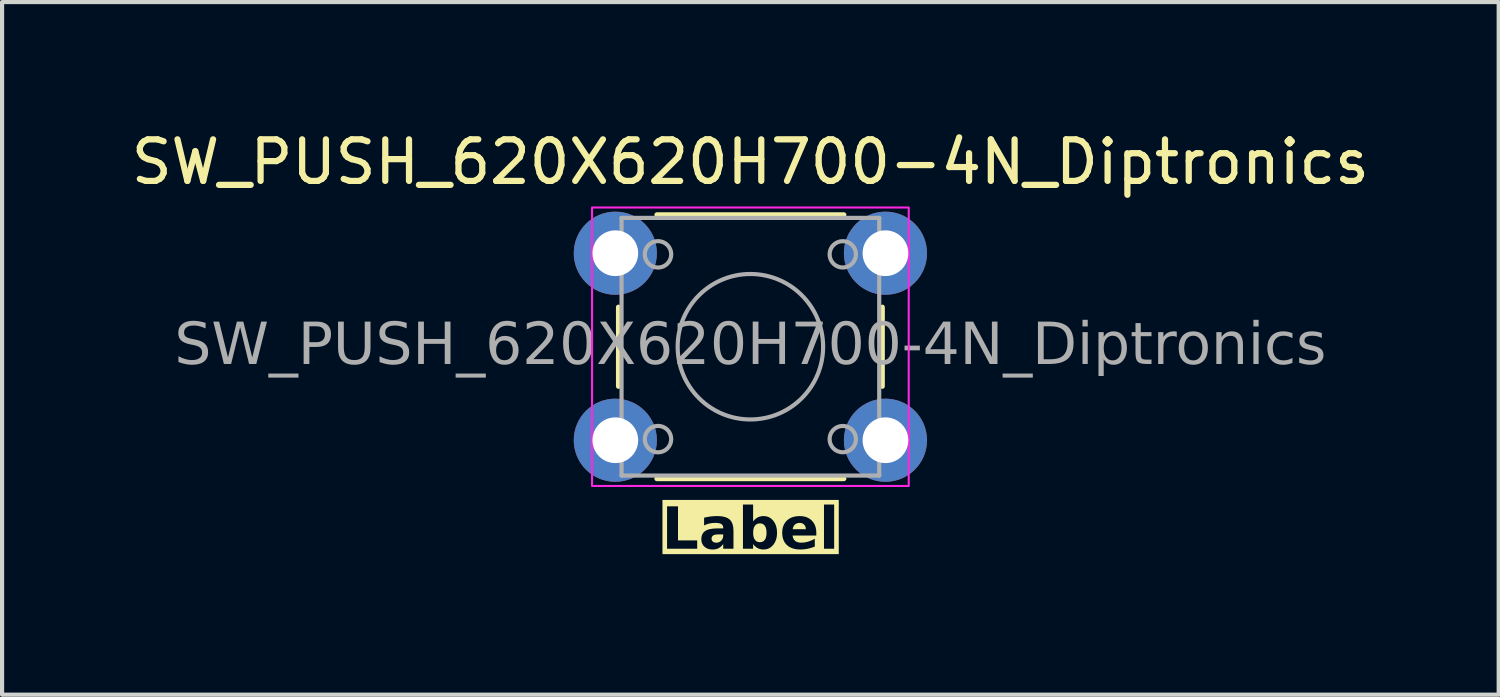
<source format=kicad_pcb>
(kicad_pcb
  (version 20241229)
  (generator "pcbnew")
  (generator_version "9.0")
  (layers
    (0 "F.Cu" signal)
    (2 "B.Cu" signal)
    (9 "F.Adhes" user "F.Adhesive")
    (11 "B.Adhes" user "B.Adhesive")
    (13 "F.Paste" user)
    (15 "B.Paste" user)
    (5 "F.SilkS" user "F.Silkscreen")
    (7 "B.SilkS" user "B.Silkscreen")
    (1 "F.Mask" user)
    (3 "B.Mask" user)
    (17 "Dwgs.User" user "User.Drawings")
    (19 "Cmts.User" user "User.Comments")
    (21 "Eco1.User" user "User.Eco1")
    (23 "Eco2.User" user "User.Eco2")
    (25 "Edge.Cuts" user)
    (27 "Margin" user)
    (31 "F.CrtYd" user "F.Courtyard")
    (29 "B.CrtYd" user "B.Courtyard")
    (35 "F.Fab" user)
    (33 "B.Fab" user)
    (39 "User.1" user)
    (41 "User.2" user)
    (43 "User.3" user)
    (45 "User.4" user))
  (footprint "SW_PUSH_620X620H700-4N_Diptronics"
    (layer "F.Cu")
    (at 15.006 5.293)
    (property "Reference" "SW_PUSH_620X620H700-4N_Diptronics" (at 0 -4.445 0) (layer "F.SilkS") (effects (font (size 1 1) (thickness 0.15))))
    (property "Label" "Label" (at 0 4.445 0) (layer "F.SilkS" knockout) (effects (font (face "Tahoma") (size 1 1) (thickness 0.2) (bold yes))))
    (attr through_hole)
    (fp_line (start -3.175 -0.953) (end -3.175 0.953) (stroke (width 0.12) (type solid)) (layer "F.SilkS"))
    (fp_line (start -2.25 3.175) (end 2.25 3.175) (stroke (width 0.12) (type solid)) (layer "F.SilkS"))
    (fp_line (start 2.25 -3.175) (end -2.25 -3.175) (stroke (width 0.12) (type solid)) (layer "F.SilkS"))
    (fp_line (start 3.175 0.953) (end 3.175 -0.953) (stroke (width 0.12) (type solid)) (layer "F.SilkS"))
    (fp_rect (start -3.81 -3.35) (end 3.81 3.35) (stroke (width 0.05) (type default)) (fill no) (layer "F.CrtYd"))
    (fp_line (start -3.1 -3.1) (end 3.1 -3.1) (stroke (width 0.1) (type solid)) (layer "F.Fab"))
    (fp_line (start -3.1 3.1) (end -3.1 -3.1) (stroke (width 0.1) (type solid)) (layer "F.Fab"))
    (fp_line (start 3.1 -3.1) (end 3.1 3.1) (stroke (width 0.1) (type solid)) (layer "F.Fab"))
    (fp_line (start 3.1 3.1) (end -3.1 3.1) (stroke (width 0.1) (type solid)) (layer "F.Fab"))
    (fp_rect (start -3.493 -2.54) (end -3.1 -1.905) (stroke (width 0.1) (type default)) (fill no) (layer "F.Fab"))
    (fp_rect (start -3.493 1.905) (end -3.1 2.54) (stroke (width 0.1) (type default)) (fill no) (layer "F.Fab"))
    (fp_rect (start 3.1 -2.54) (end 3.493 -1.905) (stroke (width 0.1) (type default)) (fill no) (layer "F.Fab"))
    (fp_rect (start 3.1 1.905) (end 3.493 2.54) (stroke (width 0.1) (type default)) (fill no) (layer "F.Fab"))
    (fp_circle (center -2.223 -2.223) (end -1.905 -2.223) (stroke (width 0.1) (type default)) (fill no) (layer "F.Fab"))
    (fp_circle (center -2.223 2.223) (end -1.905 2.223) (stroke (width 0.1) (type default)) (fill no) (layer "F.Fab"))
    (fp_circle (center 0 0) (end 1.75 0) (stroke (width 0.1) (type solid)) (fill no) (layer "F.Fab"))
    (fp_circle (center 2.223 -2.223) (end 2.54 -2.223) (stroke (width 0.1) (type default)) (fill no) (layer "F.Fab"))
    (fp_circle (center 2.223 2.223) (end 2.54 2.223) (stroke (width 0.1) (type default)) (fill no) (layer "F.Fab"))
    (fp_text user "${REFERENCE}" (at 0 0 0) (layer "F.Fab") (effects (font (face "Tahoma") (size 1 1) (thickness 0.15))))
    (pad "1" thru_hole circle (at -3.25 -2.25 90) (size 2 2) (drill 1.1) (layers "*.Cu" "*.Mask"))
    (pad "2" thru_hole circle (at 3.25 -2.25 90) (size 2 2) (drill 1.1) (layers "*.Cu" "*.Mask"))
    (pad "3" thru_hole circle (at -3.25 2.25 90) (size 2 2) (drill 1.1) (layers "*.Cu" "*.Mask"))
    (pad "4" thru_hole circle (at 3.25 2.25 90) (size 2 2) (drill 1.1) (layers "*.Cu" "*.Mask")))
  (gr_rect
    (start -3 -3)
    (end 33.012 13.666)
    (stroke (width 0.1) (type default))
    (fill no)
    (layer "Edge.Cuts")))
</source>
